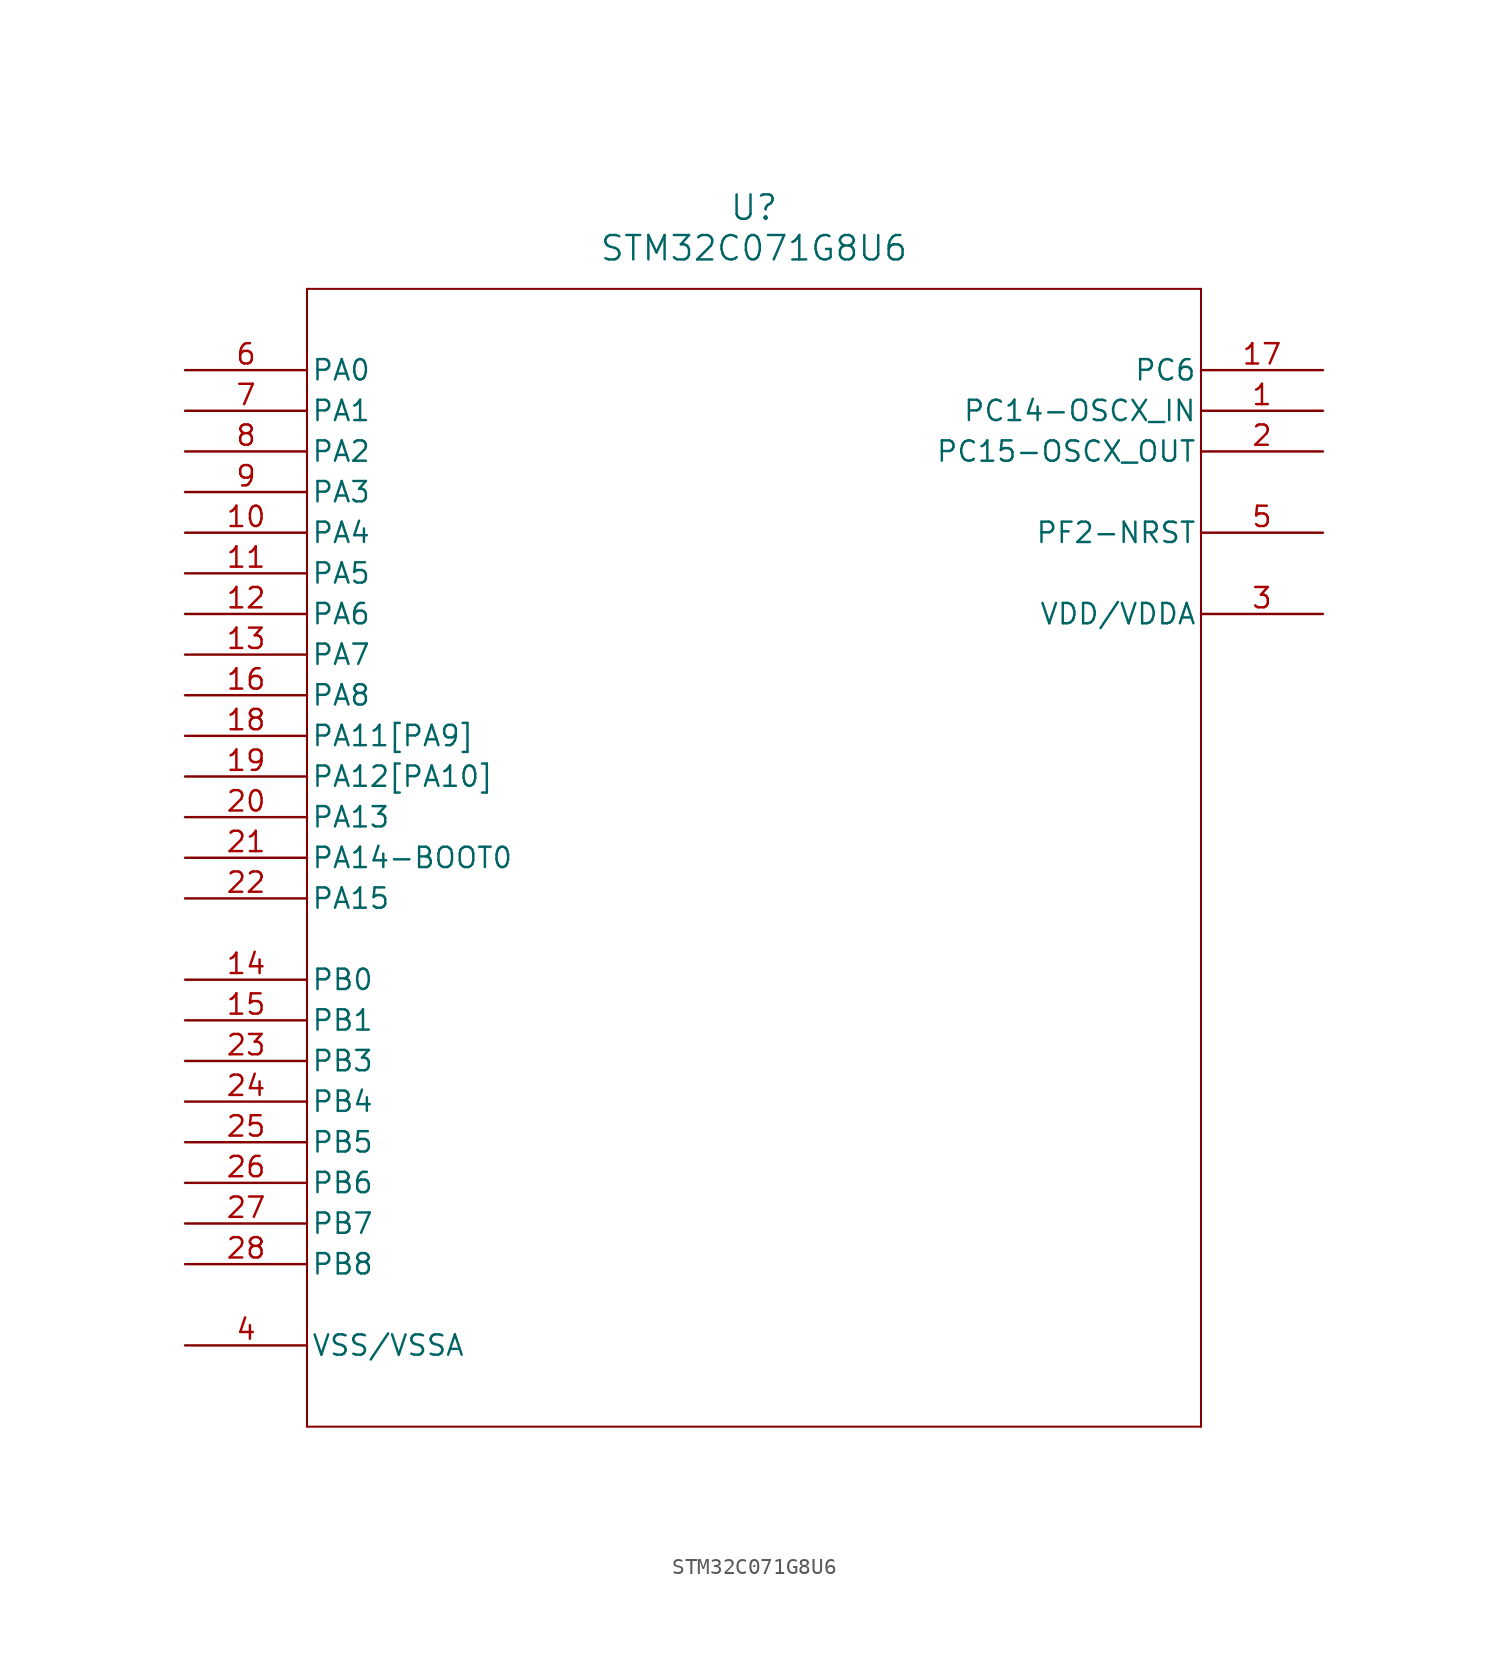
<source format=kicad_sym>
(kicad_symbol_lib
  (version 20211014)
  (generator kicad_symbol_editor)
  (symbol "STM32C071G8U6"
    (pin_names
      (offset 0.254))
    (property "Reference" "U"
      (at 35.56 10.16 0)
      (effects (font (size 1.524 1.524))))
    (property "Value" "STM32C071G8U6"
      (at 35.56 7.62 0)
      (effects (font (size 1.524 1.524))))
    (symbol "STM32C071G8U6_0_1"
      (polyline (pts (xy 7.62 5.08) (xy 7.62 -66.04)) (stroke (width 0.127) (type default) (color 0 0 0 0)) (fill (type none)))
      (polyline (pts (xy 7.62 -66.04) (xy 63.5 -66.04)) (stroke (width 0.127) (type default) (color 0 0 0 0)) (fill (type none)))
      (polyline (pts (xy 63.5 -66.04) (xy 63.5 5.08)) (stroke (width 0.127) (type default) (color 0 0 0 0)) (fill (type none)))
      (polyline (pts (xy 63.5 5.08) (xy 7.62 5.08)) (stroke (width 0.127) (type default) (color 0 0 0 0)) (fill (type none)))
      (pin bidirectional line (at 71.12 -2.54 180) (length 7.62) (name "PC14-OSCX_IN" (effects (font (size 1.27 1.27)))) (number "1" (effects (font (size 1.27 1.27)))))
      (pin bidirectional line (at 71.12 -5.08 180) (length 7.62) (name "PC15-OSCX_OUT" (effects (font (size 1.27 1.27)))) (number "2" (effects (font (size 1.27 1.27)))))
      (pin power_in line (at 71.12 -15.24 180) (length 7.62) (name "VDD/VDDA" (effects (font (size 1.27 1.27)))) (number "3" (effects (font (size 1.27 1.27)))))
      (pin power_in line (at 0 -60.96 0) (length 7.62) (name "VSS/VSSA" (effects (font (size 1.27 1.27)))) (number "4" (effects (font (size 1.27 1.27)))))
      (pin bidirectional line (at 71.12 -10.16 180) (length 7.62) (name "PF2-NRST" (effects (font (size 1.27 1.27)))) (number "5" (effects (font (size 1.27 1.27)))))
      (pin bidirectional line (at 0 0 0) (length 7.62) (name "PA0" (effects (font (size 1.27 1.27)))) (number "6" (effects (font (size 1.27 1.27)))))
      (pin bidirectional line (at 0 -2.54 0) (length 7.62) (name "PA1" (effects (font (size 1.27 1.27)))) (number "7" (effects (font (size 1.27 1.27)))))
      (pin bidirectional line (at 0 -5.08 0) (length 7.62) (name "PA2" (effects (font (size 1.27 1.27)))) (number "8" (effects (font (size 1.27 1.27)))))
      (pin bidirectional line (at 0 -7.62 0) (length 7.62) (name "PA3" (effects (font (size 1.27 1.27)))) (number "9" (effects (font (size 1.27 1.27)))))
      (pin bidirectional line (at 0 -10.16 0) (length 7.62) (name "PA4" (effects (font (size 1.27 1.27)))) (number "10" (effects (font (size 1.27 1.27)))))
      (pin bidirectional line (at 0 -12.7 0) (length 7.62) (name "PA5" (effects (font (size 1.27 1.27)))) (number "11" (effects (font (size 1.27 1.27)))))
      (pin bidirectional line (at 0 -15.24 0) (length 7.62) (name "PA6" (effects (font (size 1.27 1.27)))) (number "12" (effects (font (size 1.27 1.27)))))
      (pin bidirectional line (at 0 -17.78 0) (length 7.62) (name "PA7" (effects (font (size 1.27 1.27)))) (number "13" (effects (font (size 1.27 1.27)))))
      (pin bidirectional line (at 0 -38.1 0) (length 7.62) (name "PB0" (effects (font (size 1.27 1.27)))) (number "14" (effects (font (size 1.27 1.27)))))
      (pin bidirectional line (at 0 -40.64 0) (length 7.62) (name "PB1" (effects (font (size 1.27 1.27)))) (number "15" (effects (font (size 1.27 1.27)))))
      (pin bidirectional line (at 0 -20.32 0) (length 7.62) (name "PA8" (effects (font (size 1.27 1.27)))) (number "16" (effects (font (size 1.27 1.27)))))
      (pin bidirectional line (at 71.12 0 180) (length 7.62) (name "PC6" (effects (font (size 1.27 1.27)))) (number "17" (effects (font (size 1.27 1.27)))))
      (pin bidirectional line (at 0 -22.86 0) (length 7.62) (name "PA11[PA9]" (effects (font (size 1.27 1.27)))) (number "18" (effects (font (size 1.27 1.27)))))
      (pin bidirectional line (at 0 -25.4 0) (length 7.62) (name "PA12[PA10]" (effects (font (size 1.27 1.27)))) (number "19" (effects (font (size 1.27 1.27)))))
      (pin bidirectional line (at 0 -27.94 0) (length 7.62) (name "PA13" (effects (font (size 1.27 1.27)))) (number "20" (effects (font (size 1.27 1.27)))))
      (pin bidirectional line (at 0 -30.48 0) (length 7.62) (name "PA14-BOOT0" (effects (font (size 1.27 1.27)))) (number "21" (effects (font (size 1.27 1.27)))))
      (pin bidirectional line (at 0 -33.02 0) (length 7.62) (name "PA15" (effects (font (size 1.27 1.27)))) (number "22" (effects (font (size 1.27 1.27)))))
      (pin bidirectional line (at 0 -43.18 0) (length 7.62) (name "PB3" (effects (font (size 1.27 1.27)))) (number "23" (effects (font (size 1.27 1.27)))))
      (pin bidirectional line (at 0 -45.72 0) (length 7.62) (name "PB4" (effects (font (size 1.27 1.27)))) (number "24" (effects (font (size 1.27 1.27)))))
      (pin bidirectional line (at 0 -48.26 0) (length 7.62) (name "PB5" (effects (font (size 1.27 1.27)))) (number "25" (effects (font (size 1.27 1.27)))))
      (pin bidirectional line (at 0 -50.8 0) (length 7.62) (name "PB6" (effects (font (size 1.27 1.27)))) (number "26" (effects (font (size 1.27 1.27)))))
      (pin bidirectional line (at 0 -53.34 0) (length 7.62) (name "PB7" (effects (font (size 1.27 1.27)))) (number "27" (effects (font (size 1.27 1.27)))))
      (pin bidirectional line (at 0 -55.88 0) (length 7.62) (name "PB8" (effects (font (size 1.27 1.27)))) (number "28" (effects (font (size 1.27 1.27))))))))
</source>
